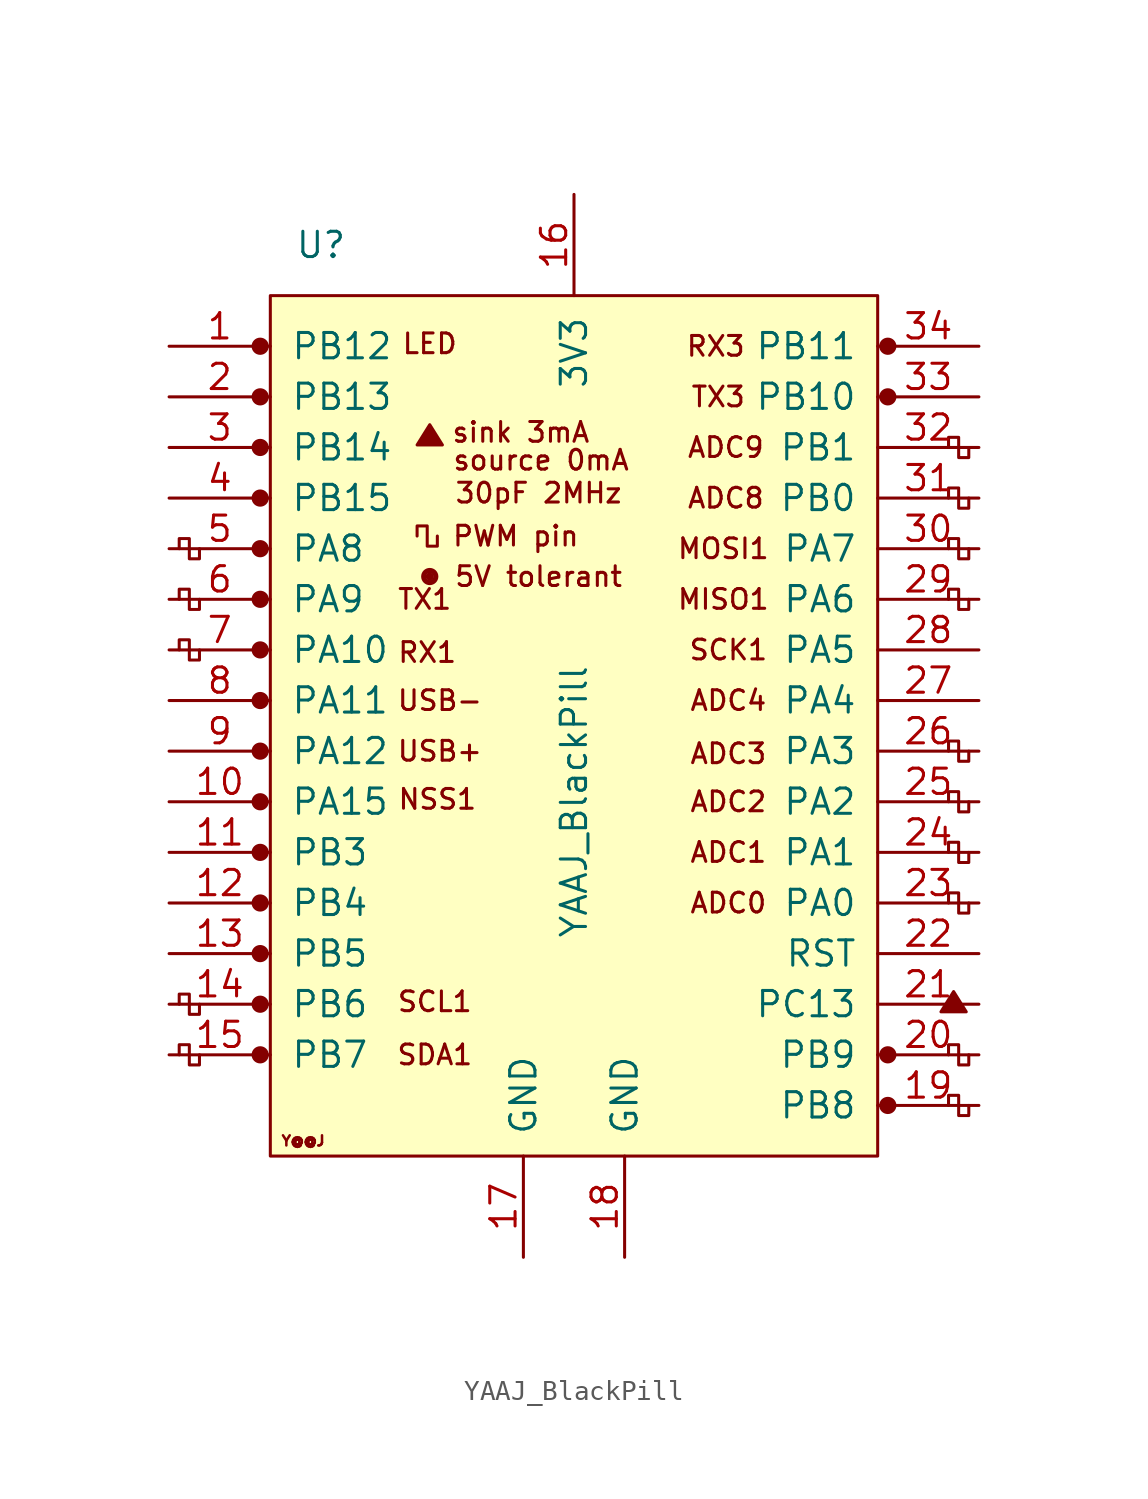
<source format=kicad_sym>
(kicad_symbol_lib
  (version 20201005)
  (generator kicad_symbol_editor)
  (symbol "MSAD2103:YAAJ_BlackPill"
    (pin_names
      (offset 1.016))
    (property "Reference" "U"
      (at -12.7 22.86 0)
      (effects (font (size 1.27 1.27))))
    (property "Value" "YAAJ_BlackPill"
      (at 0 -5.08 90)
      (effects (font (size 1.27 1.27))))
    (symbol "YAAJ_BlackPill_0_0"
      (circle (center -7.239 6.223) (radius 0.254) (stroke (width 0)) (fill (type none)))
      (circle (center -7.239 6.223) (radius 0.356) (stroke (width 0)) (fill (type none)))
      (circle (center 15.748 15.24) (radius 0.356) (stroke (width 0)) (fill (type none)))
      (circle (center 15.748 17.78) (radius 0.356) (stroke (width 0)) (fill (type none)))
      (circle (center -15.748 -17.78) (radius 0.356) (stroke (width 0)) (fill (type outline)))
      (circle (center -15.748 -15.24) (radius 0.356) (stroke (width 0)) (fill (type outline)))
      (circle (center -15.748 -12.7) (radius 0.356) (stroke (width 0)) (fill (type outline)))
      (circle (center -15.748 -10.16) (radius 0.356) (stroke (width 0)) (fill (type outline)))
      (circle (center -15.748 -7.62) (radius 0.356) (stroke (width 0)) (fill (type outline)))
      (circle (center -15.748 -5.08) (radius 0.356) (stroke (width 0)) (fill (type outline)))
      (circle (center -15.748 -2.54) (radius 0.356) (stroke (width 0)) (fill (type outline)))
      (circle (center -15.748 0) (radius 0.356) (stroke (width 0)) (fill (type outline)))
      (circle (center -15.748 2.54) (radius 0.356) (stroke (width 0)) (fill (type outline)))
      (circle (center -15.748 5.08) (radius 0.356) (stroke (width 0)) (fill (type outline)))
      (circle (center -15.748 7.62) (radius 0.356) (stroke (width 0)) (fill (type outline)))
      (circle (center -15.748 10.16) (radius 0.356) (stroke (width 0)) (fill (type outline)))
      (circle (center -15.748 12.7) (radius 0.356) (stroke (width 0)) (fill (type outline)))
      (circle (center -15.748 17.78) (radius 0.356) (stroke (width 0)) (fill (type outline)))
      (circle (center -7.239 6.223) (radius 0.127) (stroke (width 0)) (fill (type outline)))
      (circle (center 15.748 -20.32) (radius 0.356) (stroke (width 0)) (fill (type outline)))
      (circle (center 15.748 -17.78) (radius 0.356) (stroke (width 0)) (fill (type outline)))
      (circle (center 15.748 15.24) (radius 0.254) (stroke (width 0)) (fill (type outline)))
      (circle (center 15.748 17.78) (radius 0.254) (stroke (width 0)) (fill (type outline)))
      (text "30pF 2MHz" (at -1.778 10.414 0) (effects (font (size 0.991 0.991))))
      (text "5V tolerant" (at -1.778 6.223 0) (effects (font (size 0.991 0.991))))
      (text "ADC0" (at 7.747 -10.16 0) (effects (font (size 0.991 0.991))))
      (text "ADC1" (at 7.747 -7.62 0) (effects (font (size 0.991 0.991))))
      (text "ADC2" (at 7.747 -5.08 0) (effects (font (size 0.991 0.991))))
      (text "ADC3" (at 7.747 -2.667 0) (effects (font (size 0.991 0.991))))
      (text "ADC4" (at 7.747 0 0) (effects (font (size 0.991 0.991))))
      (text "ADC8" (at 7.62 10.16 0) (effects (font (size 0.991 0.991))))
      (text "ADC9" (at 7.62 12.7 0) (effects (font (size 0.991 0.991))))
      (text "LED" (at -7.239 17.907 0) (effects (font (size 0.991 0.991))))
      (text "MISO1" (at 7.493 5.08 0) (effects (font (size 0.991 0.991))))
      (text "MOSI1" (at 7.493 7.62 0) (effects (font (size 0.991 0.991))))
      (text "NSS1" (at -6.858 -4.953 0) (effects (font (size 0.991 0.991))))
      (text "PWM pin" (at -2.921 8.255 0) (effects (font (size 0.991 0.991))))
      (text "RX1" (at -7.366 2.413 0) (effects (font (size 0.991 0.991))))
      (text "RX3" (at 7.112 17.78 0) (effects (font (size 0.991 0.991))))
      (text "SCK1" (at 7.747 2.54 0) (effects (font (size 0.991 0.991))))
      (text "SCL1" (at -6.985 -15.113 0) (effects (font (size 0.991 0.991))))
      (text "SDA1" (at -6.985 -17.78 0) (effects (font (size 0.991 0.991))))
      (text "sink 3mA" (at -2.667 13.462 0) (effects (font (size 0.991 0.991))))
      (text "source 0mA" (at -1.651 12.065 0) (effects (font (size 0.991 0.991))))
      (text "TX1" (at -7.493 5.08 0) (effects (font (size 0.991 0.991))))
      (text "TX3" (at 7.239 15.24 0) (effects (font (size 0.991 0.991))))
      (text "USB+" (at -6.731 -2.54 0) (effects (font (size 0.991 0.991))))
      (text "USB-" (at -6.731 0 0) (effects (font (size 0.991 0.991))))
      (text "Y@@J" (at -13.589 -22.098 0) (effects (font (size 0.508 0.508))))
      (polyline (pts (xy -7.874 12.827) (xy -7.239 13.843) (xy -6.604 12.827) (xy -7.874 12.827) (xy -7.239 13.716) (xy -6.731 12.827) (xy -7.747 12.954) (xy -7.239 13.589) (xy -6.858 12.827) (xy -7.62 13.081) (xy -7.112 13.462) (xy -6.985 12.827) (xy -7.493 13.208) (xy -6.985 13.335) (xy -7.112 12.954) (xy -7.366 13.208) (xy -7.112 13.081) (xy -7.239 13.335)) (stroke (width 0)) (fill (type none)))
      (polyline (pts (xy 18.415 -15.621) (xy 19.05 -14.605) (xy 19.685 -15.621) (xy 18.415 -15.621) (xy 19.05 -14.732) (xy 19.558 -15.621) (xy 18.542 -15.494) (xy 19.05 -14.859) (xy 19.431 -15.621) (xy 18.669 -15.367) (xy 19.177 -14.986) (xy 19.304 -15.621) (xy 18.796 -15.24) (xy 19.304 -15.113) (xy 19.177 -15.494) (xy 18.923 -15.24) (xy 19.177 -15.367) (xy 19.05 -15.113)) (stroke (width 0)) (fill (type none))))
    (symbol "YAAJ_BlackPill_0_1"
      (rectangle (start -15.24 20.32) (end 15.24 -22.86) (stroke (width 0)) (fill (type background)))
      (polyline (pts (xy -18.796 -17.78) (xy -18.796 -18.288) (xy -19.304 -18.288) (xy -19.304 -17.272) (xy -19.812 -17.272) (xy -19.812 -17.78)) (stroke (width 0)) (fill (type none)))
      (polyline (pts (xy -18.796 -15.24) (xy -18.796 -15.748) (xy -19.304 -15.748) (xy -19.304 -14.732) (xy -19.812 -14.732) (xy -19.812 -15.24)) (stroke (width 0)) (fill (type none)))
      (polyline (pts (xy -18.796 2.54) (xy -18.796 2.032) (xy -19.304 2.032) (xy -19.304 3.048) (xy -19.812 3.048) (xy -19.812 2.54)) (stroke (width 0)) (fill (type none)))
      (polyline (pts (xy -18.796 5.08) (xy -18.796 4.572) (xy -19.304 4.572) (xy -19.304 5.588) (xy -19.812 5.588) (xy -19.812 5.08)) (stroke (width 0)) (fill (type none)))
      (polyline (pts (xy -18.796 7.62) (xy -18.796 7.112) (xy -19.304 7.112) (xy -19.304 8.128) (xy -19.812 8.128) (xy -19.812 7.62)) (stroke (width 0)) (fill (type none)))
      (polyline (pts (xy -6.858 8.255) (xy -6.858 7.747) (xy -7.366 7.747) (xy -7.366 8.763) (xy -7.874 8.763) (xy -7.874 8.255)) (stroke (width 0)) (fill (type none)))
      (polyline (pts (xy 18.796 -20.32) (xy 18.796 -19.812) (xy 19.304 -19.812) (xy 19.304 -20.828) (xy 19.812 -20.828) (xy 19.812 -20.32)) (stroke (width 0)) (fill (type none)))
      (polyline (pts (xy 18.796 -17.78) (xy 18.796 -17.272) (xy 19.304 -17.272) (xy 19.304 -18.288) (xy 19.812 -18.288) (xy 19.812 -17.78)) (stroke (width 0)) (fill (type none)))
      (polyline (pts (xy 19.812 -10.16) (xy 19.812 -10.668) (xy 19.304 -10.668) (xy 19.304 -9.652) (xy 18.796 -9.652) (xy 18.796 -10.16)) (stroke (width 0)) (fill (type none)))
      (polyline (pts (xy 19.812 -7.62) (xy 19.812 -8.128) (xy 19.304 -8.128) (xy 19.304 -7.112) (xy 18.796 -7.112) (xy 18.796 -7.62)) (stroke (width 0)) (fill (type none)))
      (polyline (pts (xy 19.812 -5.08) (xy 19.812 -5.588) (xy 19.304 -5.588) (xy 19.304 -4.572) (xy 18.796 -4.572) (xy 18.796 -5.08)) (stroke (width 0)) (fill (type none)))
      (polyline (pts (xy 19.812 -2.54) (xy 19.812 -3.048) (xy 19.304 -3.048) (xy 19.304 -2.032) (xy 18.796 -2.032) (xy 18.796 -2.54)) (stroke (width 0)) (fill (type none)))
      (polyline (pts (xy 19.812 5.08) (xy 19.812 4.572) (xy 19.304 4.572) (xy 19.304 5.588) (xy 18.796 5.588) (xy 18.796 5.08)) (stroke (width 0)) (fill (type none)))
      (polyline (pts (xy 19.812 7.62) (xy 19.812 7.112) (xy 19.304 7.112) (xy 19.304 8.128) (xy 18.796 8.128) (xy 18.796 7.62)) (stroke (width 0)) (fill (type none)))
      (polyline (pts (xy 19.812 10.16) (xy 19.812 9.652) (xy 19.304 9.652) (xy 19.304 10.668) (xy 18.796 10.668) (xy 18.796 10.16)) (stroke (width 0)) (fill (type none)))
      (polyline (pts (xy 19.812 12.7) (xy 19.812 12.192) (xy 19.304 12.192) (xy 19.304 13.208) (xy 18.796 13.208) (xy 18.796 12.7)) (stroke (width 0)) (fill (type none))))
    (symbol "YAAJ_BlackPill_1_1"
      (circle (center -15.748 15.24) (radius 0.356) (stroke (width 0)) (fill (type outline)))
      (pin bidirectional line (at -20.32 17.78 0) (length 5.08) (name "PB12" (effects (font (size 1.27 1.27)))) (number "1" (effects (font (size 1.27 1.27)))))
      (pin bidirectional line (at -20.32 -5.08 0) (length 5.08) (name "PA15" (effects (font (size 1.27 1.27)))) (number "10" (effects (font (size 1.27 1.27)))))
      (pin bidirectional line (at -20.32 -7.62 0) (length 5.08) (name "PB3" (effects (font (size 1.27 1.27)))) (number "11" (effects (font (size 1.27 1.27)))))
      (pin bidirectional line (at -20.32 -10.16 0) (length 5.08) (name "PB4" (effects (font (size 1.27 1.27)))) (number "12" (effects (font (size 1.27 1.27)))))
      (pin bidirectional line (at -20.32 -12.7 0) (length 5.08) (name "PB5" (effects (font (size 1.27 1.27)))) (number "13" (effects (font (size 1.27 1.27)))))
      (pin bidirectional line (at -20.32 -15.24 0) (length 5.08) (name "PB6" (effects (font (size 1.27 1.27)))) (number "14" (effects (font (size 1.27 1.27)))))
      (pin bidirectional line (at -20.32 -17.78 0) (length 5.08) (name "PB7" (effects (font (size 1.27 1.27)))) (number "15" (effects (font (size 1.27 1.27)))))
      (pin power_in line (at 0 25.4 270) (length 5.08) (name "3V3" (effects (font (size 1.27 1.27)))) (number "16" (effects (font (size 1.27 1.27)))))
      (pin power_in line (at -2.54 -27.94 90) (length 5.08) (name "GND" (effects (font (size 1.27 1.27)))) (number "17" (effects (font (size 1.27 1.27)))))
      (pin power_in line (at 2.54 -27.94 90) (length 5.08) (name "GND" (effects (font (size 1.27 1.27)))) (number "18" (effects (font (size 1.27 1.27)))))
      (pin bidirectional line (at 20.32 -20.32 180) (length 5.08) (name "PB8" (effects (font (size 1.27 1.27)))) (number "19" (effects (font (size 1.27 1.27)))))
      (pin bidirectional line (at -20.32 15.24 0) (length 5.08) (name "PB13" (effects (font (size 1.27 1.27)))) (number "2" (effects (font (size 1.27 1.27)))))
      (pin bidirectional line (at 20.32 -17.78 180) (length 5.08) (name "PB9" (effects (font (size 1.27 1.27)))) (number "20" (effects (font (size 1.27 1.27)))))
      (pin bidirectional line (at 20.32 -15.24 180) (length 5.08) (name "PC13" (effects (font (size 1.27 1.27)))) (number "21" (effects (font (size 1.27 1.27)))))
      (pin input line (at 20.32 -12.7 180) (length 5.08) (name "RST" (effects (font (size 1.27 1.27)))) (number "22" (effects (font (size 1.27 1.27)))))
      (pin bidirectional line (at 20.32 -10.16 180) (length 5.08) (name "PA0" (effects (font (size 1.27 1.27)))) (number "23" (effects (font (size 1.27 1.27)))))
      (pin bidirectional line (at 20.32 -7.62 180) (length 5.08) (name "PA1" (effects (font (size 1.27 1.27)))) (number "24" (effects (font (size 1.27 1.27)))))
      (pin bidirectional line (at 20.32 -5.08 180) (length 5.08) (name "PA2" (effects (font (size 1.27 1.27)))) (number "25" (effects (font (size 1.27 1.27)))))
      (pin bidirectional line (at 20.32 -2.54 180) (length 5.08) (name "PA3" (effects (font (size 1.27 1.27)))) (number "26" (effects (font (size 1.27 1.27)))))
      (pin bidirectional line (at 20.32 0 180) (length 5.08) (name "PA4" (effects (font (size 1.27 1.27)))) (number "27" (effects (font (size 1.27 1.27)))))
      (pin bidirectional line (at 20.32 2.54 180) (length 5.08) (name "PA5" (effects (font (size 1.27 1.27)))) (number "28" (effects (font (size 1.27 1.27)))))
      (pin bidirectional line (at 20.32 5.08 180) (length 5.08) (name "PA6" (effects (font (size 1.27 1.27)))) (number "29" (effects (font (size 1.27 1.27)))))
      (pin bidirectional line (at -20.32 12.7 0) (length 5.08) (name "PB14" (effects (font (size 1.27 1.27)))) (number "3" (effects (font (size 1.27 1.27)))))
      (pin bidirectional line (at 20.32 7.62 180) (length 5.08) (name "PA7" (effects (font (size 1.27 1.27)))) (number "30" (effects (font (size 1.27 1.27)))))
      (pin bidirectional line (at 20.32 10.16 180) (length 5.08) (name "PB0" (effects (font (size 1.27 1.27)))) (number "31" (effects (font (size 1.27 1.27)))))
      (pin bidirectional line (at 20.32 12.7 180) (length 5.08) (name "PB1" (effects (font (size 1.27 1.27)))) (number "32" (effects (font (size 1.27 1.27)))))
      (pin bidirectional line (at 20.32 15.24 180) (length 5.08) (name "PB10" (effects (font (size 1.27 1.27)))) (number "33" (effects (font (size 1.27 1.27)))))
      (pin bidirectional line (at 20.32 17.78 180) (length 5.08) (name "PB11" (effects (font (size 1.27 1.27)))) (number "34" (effects (font (size 1.27 1.27)))))
      (pin bidirectional line (at -20.32 10.16 0) (length 5.08) (name "PB15" (effects (font (size 1.27 1.27)))) (number "4" (effects (font (size 1.27 1.27)))))
      (pin bidirectional line (at -20.32 7.62 0) (length 5.08) (name "PA8" (effects (font (size 1.27 1.27)))) (number "5" (effects (font (size 1.27 1.27)))))
      (pin bidirectional line (at -20.32 5.08 0) (length 5.08) (name "PA9" (effects (font (size 1.27 1.27)))) (number "6" (effects (font (size 1.27 1.27)))))
      (pin bidirectional line (at -20.32 2.54 0) (length 5.08) (name "PA10" (effects (font (size 1.27 1.27)))) (number "7" (effects (font (size 1.27 1.27)))))
      (pin bidirectional line (at -20.32 0 0) (length 5.08) (name "PA11" (effects (font (size 1.27 1.27)))) (number "8" (effects (font (size 1.27 1.27)))))
      (pin bidirectional line (at -20.32 -2.54 0) (length 5.08) (name "PA12" (effects (font (size 1.27 1.27)))) (number "9" (effects (font (size 1.27 1.27))))))))
</source>
